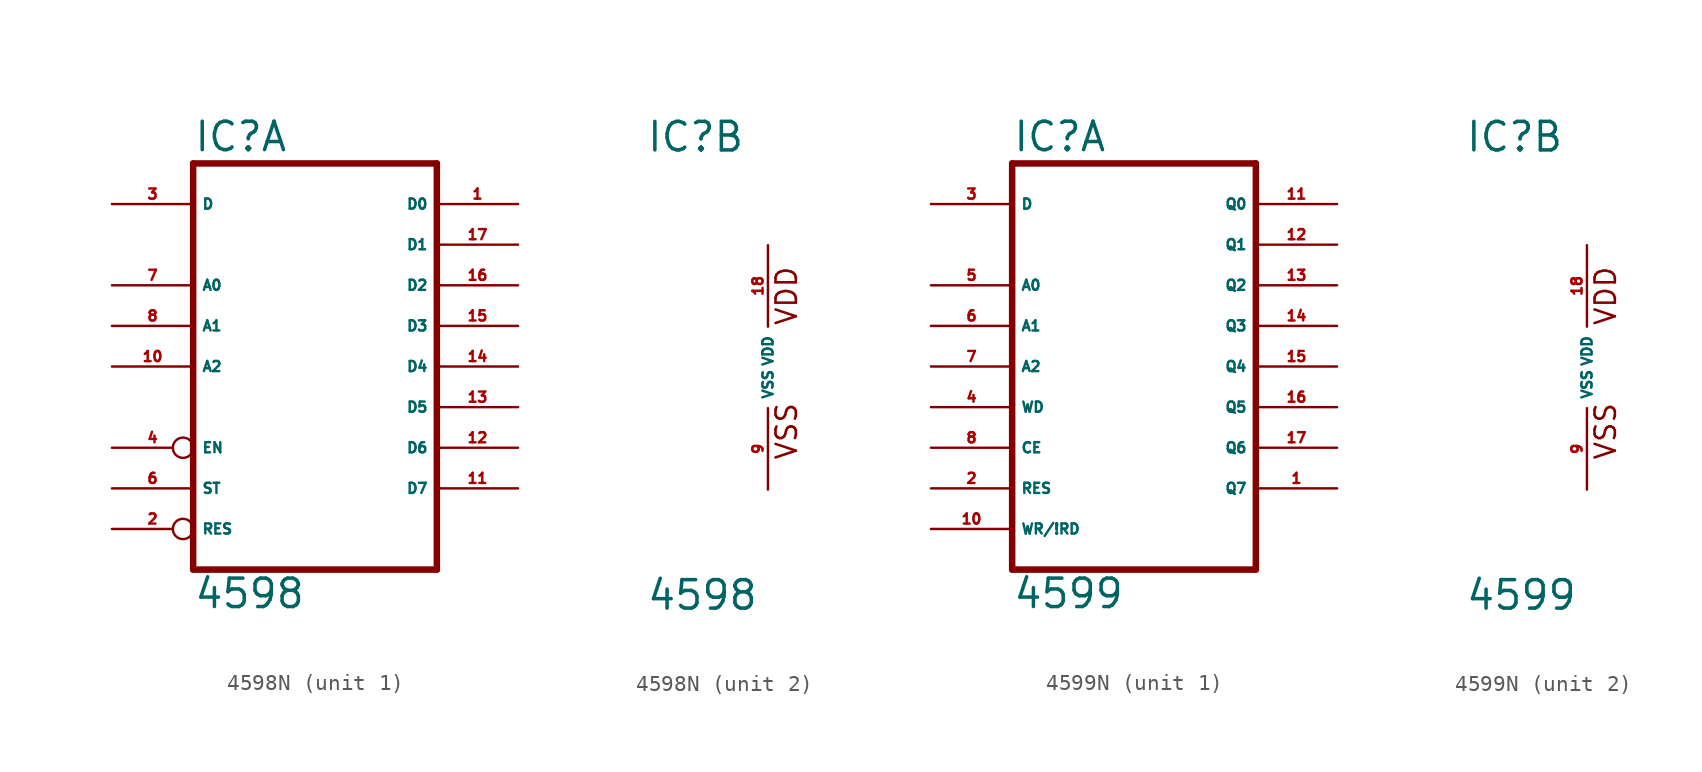
<source format=kicad_sym>
(kicad_symbol_lib
  (version 20220914)
  (generator Eagle2Kicad)
  (symbol "4598N"
    (property "Reference" "IC"
      (at -7.62 13.335 0)
      (effects (font (size 1.778 1.778) (thickness 0.22)) (justify left bottom)))
    (property "Value" "4598"
      (at -7.62 -15.24 0)
      (effects (font (size 1.778 1.778) (thickness 0.22)) (justify left bottom)))
    (symbol "4598N_1_0"
      (polyline (pts (xy -7.62 -12.7) (xy 7.62 -12.7)) (stroke (width 0.406) (type default)) (fill (type none)))
      (polyline (pts (xy 7.62 -12.7) (xy 7.62 12.7)) (stroke (width 0.406) (type default)) (fill (type none)))
      (polyline (pts (xy 7.62 12.7) (xy -7.62 12.7)) (stroke (width 0.406) (type default)) (fill (type none)))
      (polyline (pts (xy -7.62 12.7) (xy -7.62 -12.7)) (stroke (width 0.406) (type default)) (fill (type none)))
      (pin output line (at 12.7 10.16 180) (length 5.08) (name "D0" (effects (font (size 0.635 0.635) (thickness 0.08)) (justify left bottom))) (number "1" (effects (font (size 0.635 0.635) (thickness 0.08)) (justify left bottom))))
      (pin input inverted (at -12.7 -10.16 0) (length 5.08) (name "RES" (effects (font (size 0.635 0.635) (thickness 0.08)) (justify left bottom))) (number "2" (effects (font (size 0.635 0.635) (thickness 0.08)) (justify left bottom))))
      (pin input line (at -12.7 10.16 0) (length 5.08) (name "D" (effects (font (size 0.635 0.635) (thickness 0.08)) (justify left bottom))) (number "3" (effects (font (size 0.635 0.635) (thickness 0.08)) (justify left bottom))))
      (pin input inverted (at -12.7 -5.08 0) (length 5.08) (name "EN" (effects (font (size 0.635 0.635) (thickness 0.08)) (justify left bottom))) (number "4" (effects (font (size 0.635 0.635) (thickness 0.08)) (justify left bottom))))
      (pin input line (at -12.7 -7.62 0) (length 5.08) (name "ST" (effects (font (size 0.635 0.635) (thickness 0.08)) (justify left bottom))) (number "6" (effects (font (size 0.635 0.635) (thickness 0.08)) (justify left bottom))))
      (pin input line (at -12.7 5.08 0) (length 5.08) (name "A0" (effects (font (size 0.635 0.635) (thickness 0.08)) (justify left bottom))) (number "7" (effects (font (size 0.635 0.635) (thickness 0.08)) (justify left bottom))))
      (pin input line (at -12.7 2.54 0) (length 5.08) (name "A1" (effects (font (size 0.635 0.635) (thickness 0.08)) (justify left bottom))) (number "8" (effects (font (size 0.635 0.635) (thickness 0.08)) (justify left bottom))))
      (pin input line (at -12.7 0 0) (length 5.08) (name "A2" (effects (font (size 0.635 0.635) (thickness 0.08)) (justify left bottom))) (number "10" (effects (font (size 0.635 0.635) (thickness 0.08)) (justify left bottom))))
      (pin output line (at 12.7 -7.62 180) (length 5.08) (name "D7" (effects (font (size 0.635 0.635) (thickness 0.08)) (justify left bottom))) (number "11" (effects (font (size 0.635 0.635) (thickness 0.08)) (justify left bottom))))
      (pin output line (at 12.7 -5.08 180) (length 5.08) (name "D6" (effects (font (size 0.635 0.635) (thickness 0.08)) (justify left bottom))) (number "12" (effects (font (size 0.635 0.635) (thickness 0.08)) (justify left bottom))))
      (pin output line (at 12.7 -2.54 180) (length 5.08) (name "D5" (effects (font (size 0.635 0.635) (thickness 0.08)) (justify left bottom))) (number "13" (effects (font (size 0.635 0.635) (thickness 0.08)) (justify left bottom))))
      (pin output line (at 12.7 0 180) (length 5.08) (name "D4" (effects (font (size 0.635 0.635) (thickness 0.08)) (justify left bottom))) (number "14" (effects (font (size 0.635 0.635) (thickness 0.08)) (justify left bottom))))
      (pin output line (at 12.7 2.54 180) (length 5.08) (name "D3" (effects (font (size 0.635 0.635) (thickness 0.08)) (justify left bottom))) (number "15" (effects (font (size 0.635 0.635) (thickness 0.08)) (justify left bottom))))
      (pin output line (at 12.7 5.08 180) (length 5.08) (name "D2" (effects (font (size 0.635 0.635) (thickness 0.08)) (justify left bottom))) (number "16" (effects (font (size 0.635 0.635) (thickness 0.08)) (justify left bottom))))
      (pin output line (at 12.7 7.62 180) (length 5.08) (name "D1" (effects (font (size 0.635 0.635) (thickness 0.08)) (justify left bottom))) (number "17" (effects (font (size 0.635 0.635) (thickness 0.08)) (justify left bottom)))))
    (symbol "4598N_2_0"
      (text "VDD" (at 1.905 2.54 900) (effects (font (size 1.27 1.27) (thickness 0.16)) (justify left bottom)))
      (text "VSS" (at 1.905 -5.842 900) (effects (font (size 1.27 1.27) (thickness 0.16)) (justify left bottom)))
      (pin unspecified line (at 0 -7.62 90) (length 5.08) (name "VSS" (effects (font (size 0.635 0.635) (thickness 0.08)) (justify left bottom))) (number "9" (effects (font (size 0.635 0.635) (thickness 0.08)) (justify left bottom))))
      (pin unspecified line (at 0 7.62 270) (length 5.08) (name "VDD" (effects (font (size 0.635 0.635) (thickness 0.08)) (justify left bottom))) (number "18" (effects (font (size 0.635 0.635) (thickness 0.08)) (justify left bottom))))))
  (symbol "4599N"
    (property "Reference" "IC"
      (at -7.62 13.335 0)
      (effects (font (size 1.778 1.778) (thickness 0.22)) (justify left bottom)))
    (property "Value" "4599"
      (at -7.62 -15.24 0)
      (effects (font (size 1.778 1.778) (thickness 0.22)) (justify left bottom)))
    (symbol "4599N_1_0"
      (polyline (pts (xy -7.62 -12.7) (xy 7.62 -12.7)) (stroke (width 0.406) (type default)) (fill (type none)))
      (polyline (pts (xy 7.62 -12.7) (xy 7.62 12.7)) (stroke (width 0.406) (type default)) (fill (type none)))
      (polyline (pts (xy 7.62 12.7) (xy -7.62 12.7)) (stroke (width 0.406) (type default)) (fill (type none)))
      (polyline (pts (xy -7.62 12.7) (xy -7.62 -12.7)) (stroke (width 0.406) (type default)) (fill (type none)))
      (pin output line (at 12.7 -7.62 180) (length 5.08) (name "Q7" (effects (font (size 0.635 0.635) (thickness 0.08)) (justify left bottom))) (number "1" (effects (font (size 0.635 0.635) (thickness 0.08)) (justify left bottom))))
      (pin input line (at -12.7 -7.62 0) (length 5.08) (name "RES" (effects (font (size 0.635 0.635) (thickness 0.08)) (justify left bottom))) (number "2" (effects (font (size 0.635 0.635) (thickness 0.08)) (justify left bottom))))
      (pin bidirectional line (at -12.7 10.16 0) (length 5.08) (name "D" (effects (font (size 0.635 0.635) (thickness 0.08)) (justify left bottom))) (number "3" (effects (font (size 0.635 0.635) (thickness 0.08)) (justify left bottom))))
      (pin input line (at -12.7 -2.54 0) (length 5.08) (name "WD" (effects (font (size 0.635 0.635) (thickness 0.08)) (justify left bottom))) (number "4" (effects (font (size 0.635 0.635) (thickness 0.08)) (justify left bottom))))
      (pin input line (at -12.7 5.08 0) (length 5.08) (name "A0" (effects (font (size 0.635 0.635) (thickness 0.08)) (justify left bottom))) (number "5" (effects (font (size 0.635 0.635) (thickness 0.08)) (justify left bottom))))
      (pin input line (at -12.7 2.54 0) (length 5.08) (name "A1" (effects (font (size 0.635 0.635) (thickness 0.08)) (justify left bottom))) (number "6" (effects (font (size 0.635 0.635) (thickness 0.08)) (justify left bottom))))
      (pin input line (at -12.7 0 0) (length 5.08) (name "A2" (effects (font (size 0.635 0.635) (thickness 0.08)) (justify left bottom))) (number "7" (effects (font (size 0.635 0.635) (thickness 0.08)) (justify left bottom))))
      (pin input line (at -12.7 -5.08 0) (length 5.08) (name "CE" (effects (font (size 0.635 0.635) (thickness 0.08)) (justify left bottom))) (number "8" (effects (font (size 0.635 0.635) (thickness 0.08)) (justify left bottom))))
      (pin output line (at 12.7 10.16 180) (length 5.08) (name "Q0" (effects (font (size 0.635 0.635) (thickness 0.08)) (justify left bottom))) (number "11" (effects (font (size 0.635 0.635) (thickness 0.08)) (justify left bottom))))
      (pin output line (at 12.7 7.62 180) (length 5.08) (name "Q1" (effects (font (size 0.635 0.635) (thickness 0.08)) (justify left bottom))) (number "12" (effects (font (size 0.635 0.635) (thickness 0.08)) (justify left bottom))))
      (pin output line (at 12.7 5.08 180) (length 5.08) (name "Q2" (effects (font (size 0.635 0.635) (thickness 0.08)) (justify left bottom))) (number "13" (effects (font (size 0.635 0.635) (thickness 0.08)) (justify left bottom))))
      (pin output line (at 12.7 2.54 180) (length 5.08) (name "Q3" (effects (font (size 0.635 0.635) (thickness 0.08)) (justify left bottom))) (number "14" (effects (font (size 0.635 0.635) (thickness 0.08)) (justify left bottom))))
      (pin output line (at 12.7 0 180) (length 5.08) (name "Q4" (effects (font (size 0.635 0.635) (thickness 0.08)) (justify left bottom))) (number "15" (effects (font (size 0.635 0.635) (thickness 0.08)) (justify left bottom))))
      (pin output line (at 12.7 -2.54 180) (length 5.08) (name "Q5" (effects (font (size 0.635 0.635) (thickness 0.08)) (justify left bottom))) (number "16" (effects (font (size 0.635 0.635) (thickness 0.08)) (justify left bottom))))
      (pin output line (at 12.7 -5.08 180) (length 5.08) (name "Q6" (effects (font (size 0.635 0.635) (thickness 0.08)) (justify left bottom))) (number "17" (effects (font (size 0.635 0.635) (thickness 0.08)) (justify left bottom))))
      (pin input line (at -12.7 -10.16 0) (length 5.08) (name "WR/!RD" (effects (font (size 0.635 0.635) (thickness 0.08)) (justify left bottom))) (number "10" (effects (font (size 0.635 0.635) (thickness 0.08)) (justify left bottom)))))
    (symbol "4599N_2_0"
      (text "VDD" (at 1.905 2.54 900) (effects (font (size 1.27 1.27) (thickness 0.16)) (justify left bottom)))
      (text "VSS" (at 1.905 -5.842 900) (effects (font (size 1.27 1.27) (thickness 0.16)) (justify left bottom)))
      (pin unspecified line (at 0 -7.62 90) (length 5.08) (name "VSS" (effects (font (size 0.635 0.635) (thickness 0.08)) (justify left bottom))) (number "9" (effects (font (size 0.635 0.635) (thickness 0.08)) (justify left bottom))))
      (pin unspecified line (at 0 7.62 270) (length 5.08) (name "VDD" (effects (font (size 0.635 0.635) (thickness 0.08)) (justify left bottom))) (number "18" (effects (font (size 0.635 0.635) (thickness 0.08)) (justify left bottom)))))))
</source>
